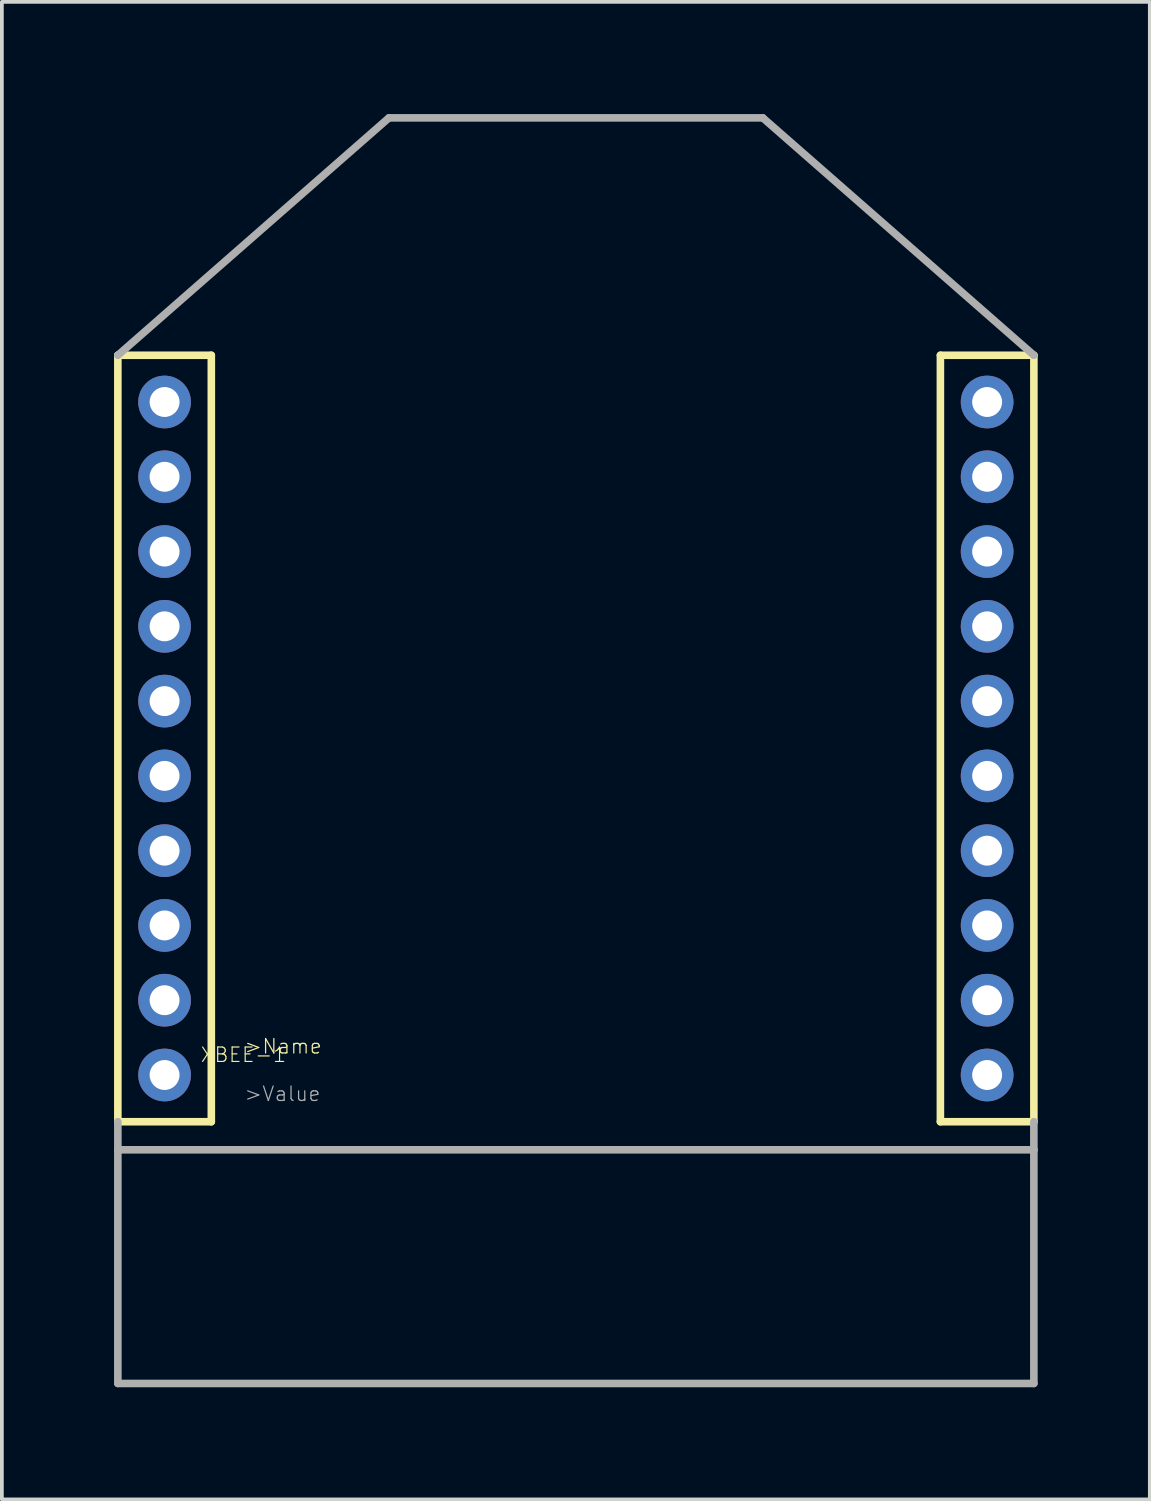
<source format=kicad_pcb>
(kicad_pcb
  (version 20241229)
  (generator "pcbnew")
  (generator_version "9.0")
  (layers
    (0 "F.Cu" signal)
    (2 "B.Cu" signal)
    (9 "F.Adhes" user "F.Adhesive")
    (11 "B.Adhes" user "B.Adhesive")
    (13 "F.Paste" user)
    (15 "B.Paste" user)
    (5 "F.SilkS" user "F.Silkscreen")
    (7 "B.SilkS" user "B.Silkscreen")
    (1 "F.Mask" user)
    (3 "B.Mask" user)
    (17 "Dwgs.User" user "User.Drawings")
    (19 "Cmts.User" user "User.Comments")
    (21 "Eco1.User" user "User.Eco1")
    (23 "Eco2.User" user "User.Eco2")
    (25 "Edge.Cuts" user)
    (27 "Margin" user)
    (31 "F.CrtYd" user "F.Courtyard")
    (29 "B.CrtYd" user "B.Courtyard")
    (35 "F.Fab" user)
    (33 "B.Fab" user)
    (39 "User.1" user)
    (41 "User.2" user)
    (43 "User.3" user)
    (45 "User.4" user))
  (footprint "XBEE-1"
    (layer "F.Cu")
    (at 12.352 27.702)
    (property "Reference" "XBEE-1" (at -8.89 -2.54 0) (layer "F.SilkS") (effects (font (size 0.386 0.386) (thickness 0.031))))
    (attr through_hole)
    (fp_line (start -12.25 -21.25) (end -12.25 -0.75) (stroke (width 0.203) (type solid)) (layer "F.SilkS"))
    (fp_line (start -12.25 -0.75) (end -9.75 -0.75) (stroke (width 0.203) (type solid)) (layer "F.SilkS"))
    (fp_line (start -9.75 -21.25) (end -12.25 -21.25) (stroke (width 0.203) (type solid)) (layer "F.SilkS"))
    (fp_line (start -9.75 -21.25) (end -9.75 -0.75) (stroke (width 0.203) (type solid)) (layer "F.SilkS"))
    (fp_line (start 9.75 -21.25) (end 9.75 -0.75) (stroke (width 0.203) (type solid)) (layer "F.SilkS"))
    (fp_line (start 9.75 -21.25) (end 12.25 -21.25) (stroke (width 0.203) (type solid)) (layer "F.SilkS"))
    (fp_line (start 12.25 -21.25) (end 12.25 -0.75) (stroke (width 0.203) (type solid)) (layer "F.SilkS"))
    (fp_line (start 12.25 -0.75) (end 9.75 -0.75) (stroke (width 0.203) (type solid)) (layer "F.SilkS"))
    (fp_line (start -12.25 -21.25) (end -5 -27.6) (stroke (width 0.203) (type solid)) (layer "F.Fab"))
    (fp_line (start -12.25 -0.75) (end -12.25 0) (stroke (width 0.203) (type solid)) (layer "F.Fab"))
    (fp_line (start -12.25 0) (end -12.25 6.25) (stroke (width 0.203) (type solid)) (layer "F.Fab"))
    (fp_line (start -12.25 0) (end 12.25 0) (stroke (width 0.203) (type solid)) (layer "F.Fab"))
    (fp_line (start -12.25 6.25) (end 12.25 6.25) (stroke (width 0.203) (type solid)) (layer "F.Fab"))
    (fp_line (start -5 -27.6) (end 5 -27.6) (stroke (width 0.203) (type solid)) (layer "F.Fab"))
    (fp_line (start 12.25 -21.25) (end 5 -27.6) (stroke (width 0.203) (type solid)) (layer "F.Fab"))
    (fp_line (start 12.25 -0.75) (end 12.25 0) (stroke (width 0.203) (type solid)) (layer "F.Fab"))
    (fp_line (start 12.25 0) (end 12.25 6.25) (stroke (width 0.203) (type solid)) (layer "F.Fab"))
    (fp_text user ">Name" (at -8.89 -2.54 0) (layer "F.SilkS") (effects (font (size 0.386 0.386) (thickness 0.033)) (justify left bottom)))
    (fp_text user ">Value" (at -8.89 -1.27 0) (layer "F.Fab") (effects (font (size 0.386 0.386) (thickness 0.033)) (justify left bottom)))
    (pad "1" thru_hole circle (at -11 -20) (size 1.41 1.41) (drill 0.8) (layers "*.Cu" "*.Mask"))
    (pad "2" thru_hole circle (at -11 -18) (size 1.41 1.41) (drill 0.8) (layers "*.Cu" "*.Mask"))
    (pad "3" thru_hole circle (at -11 -16) (size 1.41 1.41) (drill 0.8) (layers "*.Cu" "*.Mask"))
    (pad "4" thru_hole circle (at -11 -14) (size 1.41 1.41) (drill 0.8) (layers "*.Cu" "*.Mask"))
    (pad "5" thru_hole circle (at -11 -12) (size 1.41 1.41) (drill 0.8) (layers "*.Cu" "*.Mask"))
    (pad "6" thru_hole circle (at -11 -10) (size 1.41 1.41) (drill 0.8) (layers "*.Cu" "*.Mask"))
    (pad "7" thru_hole circle (at -11 -8) (size 1.41 1.41) (drill 0.8) (layers "*.Cu" "*.Mask"))
    (pad "8" thru_hole circle (at -11 -6) (size 1.41 1.41) (drill 0.8) (layers "*.Cu" "*.Mask"))
    (pad "9" thru_hole circle (at -11 -4) (size 1.41 1.41) (drill 0.8) (layers "*.Cu" "*.Mask"))
    (pad "10" thru_hole circle (at -11 -2) (size 1.41 1.41) (drill 0.8) (layers "*.Cu" "*.Mask"))
    (pad "11" thru_hole circle (at 11 -2) (size 1.41 1.41) (drill 0.8) (layers "*.Cu" "*.Mask"))
    (pad "12" thru_hole circle (at 11 -4) (size 1.41 1.41) (drill 0.8) (layers "*.Cu" "*.Mask"))
    (pad "13" thru_hole circle (at 11 -6) (size 1.41 1.41) (drill 0.8) (layers "*.Cu" "*.Mask"))
    (pad "14" thru_hole circle (at 11 -8) (size 1.41 1.41) (drill 0.8) (layers "*.Cu" "*.Mask"))
    (pad "15" thru_hole circle (at 11 -10) (size 1.41 1.41) (drill 0.8) (layers "*.Cu" "*.Mask"))
    (pad "16" thru_hole circle (at 11 -12) (size 1.41 1.41) (drill 0.8) (layers "*.Cu" "*.Mask"))
    (pad "17" thru_hole circle (at 11 -14) (size 1.41 1.41) (drill 0.8) (layers "*.Cu" "*.Mask"))
    (pad "18" thru_hole circle (at 11 -16) (size 1.41 1.41) (drill 0.8) (layers "*.Cu" "*.Mask"))
    (pad "19" thru_hole circle (at 11 -18) (size 1.41 1.41) (drill 0.8) (layers "*.Cu" "*.Mask"))
    (pad "20" thru_hole circle (at 11 -20) (size 1.41 1.41) (drill 0.8) (layers "*.Cu" "*.Mask")))
  (gr_rect
    (start -3 -3)
    (end 27.703 37.053)
    (stroke (width 0.1) (type default))
    (fill no)
    (layer "Edge.Cuts")))
</source>
